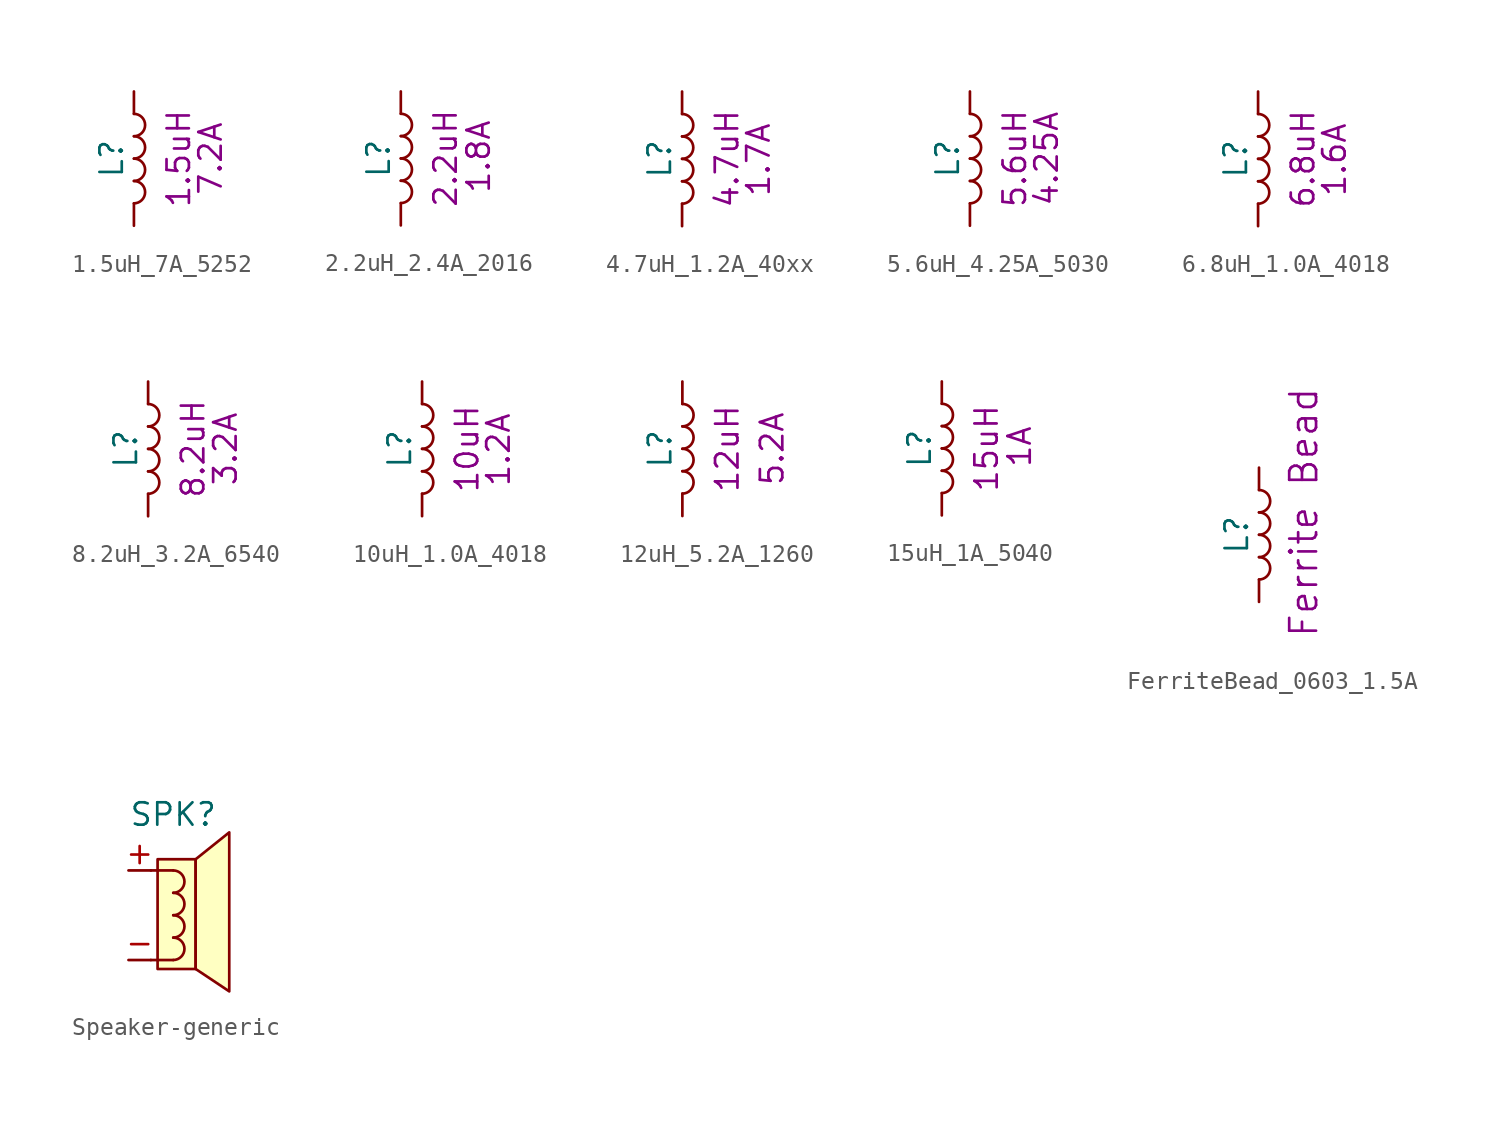
<source format=kicad_sym>
(kicad_symbol_lib
  (version 20211014)
  (generator kicad_symbol_editor)
  (symbol "1.5uH_7A_5252"
    (pin_numbers hide)
    (pin_names
      (offset 1.016) hide)
    (property "Reference" "L"
      (at -1.27 0 90)
      (effects (font (size 1.27 1.27))))
    (property "Display" "1.5uH"
      (at 2.54 0 90)
      (effects (font (size 1.27 1.27))))
    (property "Display 2" "7.2A"
      (at 4.343 0 90)
      (effects (font (size 1.27 1.27))))
    (symbol "1.5uH_7A_5252_0_1"
      (arc (start 0 -2.54) (mid 0.635 -1.905) (end 0 -1.27) (stroke (width 0) (type default) (color 0 0 0 0)) (fill (type none)))
      (arc (start 0 -1.27) (mid 0.635 -0.635) (end 0 0) (stroke (width 0) (type default) (color 0 0 0 0)) (fill (type none)))
      (arc (start 0 0) (mid 0.635 0.635) (end 0 1.27) (stroke (width 0) (type default) (color 0 0 0 0)) (fill (type none)))
      (arc (start 0 1.27) (mid 0.635 1.905) (end 0 2.54) (stroke (width 0) (type default) (color 0 0 0 0)) (fill (type none))))
    (symbol "1.5uH_7A_5252_1_1"
      (pin passive line (at 0 3.81 270) (length 1.27) (name "1" (effects (font (size 1.27 1.27)))) (number "1" (effects (font (size 1.27 1.27)))))
      (pin passive line (at 0 -3.81 90) (length 1.27) (name "2" (effects (font (size 1.27 1.27)))) (number "2" (effects (font (size 1.27 1.27)))))))
  (symbol "2.2uH_2.4A_2016"
    (pin_numbers hide)
    (pin_names
      (offset 1.016) hide)
    (property "Reference" "L"
      (at -1.27 0 90)
      (effects (font (size 1.27 1.27))))
    (property "Display" "2.2uH"
      (at 2.54 0 90)
      (effects (font (size 1.27 1.27))))
    (property "Display 2" "1.8A"
      (at 4.42 0.102 90)
      (effects (font (size 1.27 1.27))))
    (symbol "2.2uH_2.4A_2016_0_1"
      (arc (start 0 -2.54) (mid 0.635 -1.905) (end 0 -1.27) (stroke (width 0) (type default) (color 0 0 0 0)) (fill (type none)))
      (arc (start 0 -1.27) (mid 0.635 -0.635) (end 0 0) (stroke (width 0) (type default) (color 0 0 0 0)) (fill (type none)))
      (arc (start 0 0) (mid 0.635 0.635) (end 0 1.27) (stroke (width 0) (type default) (color 0 0 0 0)) (fill (type none)))
      (arc (start 0 1.27) (mid 0.635 1.905) (end 0 2.54) (stroke (width 0) (type default) (color 0 0 0 0)) (fill (type none))))
    (symbol "2.2uH_2.4A_2016_1_1"
      (pin passive line (at 0 3.81 270) (length 1.27) (name "1" (effects (font (size 1.27 1.27)))) (number "1" (effects (font (size 1.27 1.27)))))
      (pin passive line (at 0 -3.81 90) (length 1.27) (name "2" (effects (font (size 1.27 1.27)))) (number "2" (effects (font (size 1.27 1.27)))))))
  (symbol "4.7uH_1.2A_40xx"
    (pin_numbers hide)
    (pin_names
      (offset 1.016) hide)
    (property "Reference" "L"
      (at -1.27 0 90)
      (effects (font (size 1.27 1.27))))
    (property "Display" "4.7uH"
      (at 2.54 0 90)
      (effects (font (size 1.27 1.27))))
    (property "Display 2" "1.7A"
      (at 4.318 -0.051 90)
      (effects (font (size 1.27 1.27))))
    (symbol "4.7uH_1.2A_40xx_0_1"
      (arc (start 0 -2.54) (mid 0.635 -1.905) (end 0 -1.27) (stroke (width 0) (type default) (color 0 0 0 0)) (fill (type none)))
      (arc (start 0 -1.27) (mid 0.635 -0.635) (end 0 0) (stroke (width 0) (type default) (color 0 0 0 0)) (fill (type none)))
      (arc (start 0 0) (mid 0.635 0.635) (end 0 1.27) (stroke (width 0) (type default) (color 0 0 0 0)) (fill (type none)))
      (arc (start 0 1.27) (mid 0.635 1.905) (end 0 2.54) (stroke (width 0) (type default) (color 0 0 0 0)) (fill (type none))))
    (symbol "4.7uH_1.2A_40xx_1_1"
      (pin passive line (at 0 3.81 270) (length 1.27) (name "1" (effects (font (size 1.27 1.27)))) (number "1" (effects (font (size 1.27 1.27)))))
      (pin passive line (at 0 -3.81 90) (length 1.27) (name "2" (effects (font (size 1.27 1.27)))) (number "2" (effects (font (size 1.27 1.27)))))))
  (symbol "5.6uH_4.25A_5030"
    (pin_numbers hide)
    (pin_names
      (offset 1.016) hide)
    (property "Reference" "L"
      (at -1.27 0 90)
      (effects (font (size 1.27 1.27))))
    (property "Display" "5.6uH"
      (at 2.54 0 90)
      (effects (font (size 1.27 1.27))))
    (property "Display 2" "4.25A"
      (at 4.343 0 90)
      (effects (font (size 1.27 1.27))))
    (symbol "5.6uH_4.25A_5030_0_1"
      (arc (start 0 -2.54) (mid 0.635 -1.905) (end 0 -1.27) (stroke (width 0) (type default) (color 0 0 0 0)) (fill (type none)))
      (arc (start 0 -1.27) (mid 0.635 -0.635) (end 0 0) (stroke (width 0) (type default) (color 0 0 0 0)) (fill (type none)))
      (arc (start 0 0) (mid 0.635 0.635) (end 0 1.27) (stroke (width 0) (type default) (color 0 0 0 0)) (fill (type none)))
      (arc (start 0 1.27) (mid 0.635 1.905) (end 0 2.54) (stroke (width 0) (type default) (color 0 0 0 0)) (fill (type none))))
    (symbol "5.6uH_4.25A_5030_1_1"
      (pin passive line (at 0 3.81 270) (length 1.27) (name "1" (effects (font (size 1.27 1.27)))) (number "1" (effects (font (size 1.27 1.27)))))
      (pin passive line (at 0 -3.81 90) (length 1.27) (name "2" (effects (font (size 1.27 1.27)))) (number "2" (effects (font (size 1.27 1.27)))))))
  (symbol "6.8uH_1.0A_4018"
    (pin_numbers hide)
    (pin_names
      (offset 1.016) hide)
    (property "Reference" "L"
      (at -1.27 0 90)
      (effects (font (size 1.27 1.27))))
    (property "Display" "6.8uH"
      (at 2.54 0 90)
      (effects (font (size 1.27 1.27))))
    (property "Display 2" "1.6A"
      (at 4.318 -0.051 90)
      (effects (font (size 1.27 1.27))))
    (symbol "6.8uH_1.0A_4018_0_1"
      (arc (start 0 -2.54) (mid 0.635 -1.905) (end 0 -1.27) (stroke (width 0) (type default) (color 0 0 0 0)) (fill (type none)))
      (arc (start 0 -1.27) (mid 0.635 -0.635) (end 0 0) (stroke (width 0) (type default) (color 0 0 0 0)) (fill (type none)))
      (arc (start 0 0) (mid 0.635 0.635) (end 0 1.27) (stroke (width 0) (type default) (color 0 0 0 0)) (fill (type none)))
      (arc (start 0 1.27) (mid 0.635 1.905) (end 0 2.54) (stroke (width 0) (type default) (color 0 0 0 0)) (fill (type none))))
    (symbol "6.8uH_1.0A_4018_1_1"
      (pin passive line (at 0 3.81 270) (length 1.27) (name "1" (effects (font (size 1.27 1.27)))) (number "1" (effects (font (size 1.27 1.27)))))
      (pin passive line (at 0 -3.81 90) (length 1.27) (name "2" (effects (font (size 1.27 1.27)))) (number "2" (effects (font (size 1.27 1.27)))))))
  (symbol "8.2uH_3.2A_6540"
    (pin_numbers hide)
    (pin_names
      (offset 1.016) hide)
    (property "Reference" "L"
      (at -1.27 0 90)
      (effects (font (size 1.27 1.27))))
    (property "Display" "8.2uH"
      (at 2.54 0 90)
      (effects (font (size 1.27 1.27))))
    (property "Display 2" "3.2A"
      (at 4.369 0 90)
      (effects (font (size 1.27 1.27))))
    (symbol "8.2uH_3.2A_6540_0_1"
      (arc (start 0 -2.54) (mid 0.635 -1.905) (end 0 -1.27) (stroke (width 0) (type default) (color 0 0 0 0)) (fill (type none)))
      (arc (start 0 -1.27) (mid 0.635 -0.635) (end 0 0) (stroke (width 0) (type default) (color 0 0 0 0)) (fill (type none)))
      (arc (start 0 0) (mid 0.635 0.635) (end 0 1.27) (stroke (width 0) (type default) (color 0 0 0 0)) (fill (type none)))
      (arc (start 0 1.27) (mid 0.635 1.905) (end 0 2.54) (stroke (width 0) (type default) (color 0 0 0 0)) (fill (type none))))
    (symbol "8.2uH_3.2A_6540_1_1"
      (pin passive line (at 0 3.81 270) (length 1.27) (name "1" (effects (font (size 1.27 1.27)))) (number "1" (effects (font (size 1.27 1.27)))))
      (pin passive line (at 0 -3.81 90) (length 1.27) (name "2" (effects (font (size 1.27 1.27)))) (number "2" (effects (font (size 1.27 1.27)))))))
  (symbol "10uH_1.0A_4018"
    (pin_numbers hide)
    (pin_names
      (offset 1.016) hide)
    (property "Reference" "L"
      (at -1.27 0 90)
      (effects (font (size 1.27 1.27))))
    (property "Display" "10uH"
      (at 2.54 0 90)
      (effects (font (size 1.27 1.27))))
    (property "Display 2" "1.2A"
      (at 4.318 -0.051 90)
      (effects (font (size 1.27 1.27))))
    (symbol "10uH_1.0A_4018_0_1"
      (arc (start 0 -2.54) (mid 0.635 -1.905) (end 0 -1.27) (stroke (width 0) (type default) (color 0 0 0 0)) (fill (type none)))
      (arc (start 0 -1.27) (mid 0.635 -0.635) (end 0 0) (stroke (width 0) (type default) (color 0 0 0 0)) (fill (type none)))
      (arc (start 0 0) (mid 0.635 0.635) (end 0 1.27) (stroke (width 0) (type default) (color 0 0 0 0)) (fill (type none)))
      (arc (start 0 1.27) (mid 0.635 1.905) (end 0 2.54) (stroke (width 0) (type default) (color 0 0 0 0)) (fill (type none))))
    (symbol "10uH_1.0A_4018_1_1"
      (pin passive line (at 0 3.81 270) (length 1.27) (name "1" (effects (font (size 1.27 1.27)))) (number "1" (effects (font (size 1.27 1.27)))))
      (pin passive line (at 0 -3.81 90) (length 1.27) (name "2" (effects (font (size 1.27 1.27)))) (number "2" (effects (font (size 1.27 1.27)))))))
  (symbol "12uH_5.2A_1260"
    (pin_numbers hide)
    (pin_names
      (offset 1.016) hide)
    (property "Reference" "L"
      (at -1.27 0 90)
      (effects (font (size 1.27 1.27))))
    (property "Display" "12uH"
      (at 2.54 0 90)
      (effects (font (size 1.27 1.27))))
    (property "Display 2" "5.2A"
      (at 5.08 0 90)
      (effects (font (size 1.27 1.27))))
    (symbol "12uH_5.2A_1260_0_1"
      (arc (start 0 -2.54) (mid 0.635 -1.905) (end 0 -1.27) (stroke (width 0) (type default) (color 0 0 0 0)) (fill (type none)))
      (arc (start 0 -1.27) (mid 0.635 -0.635) (end 0 0) (stroke (width 0) (type default) (color 0 0 0 0)) (fill (type none)))
      (arc (start 0 0) (mid 0.635 0.635) (end 0 1.27) (stroke (width 0) (type default) (color 0 0 0 0)) (fill (type none)))
      (arc (start 0 1.27) (mid 0.635 1.905) (end 0 2.54) (stroke (width 0) (type default) (color 0 0 0 0)) (fill (type none))))
    (symbol "12uH_5.2A_1260_1_1"
      (pin passive line (at 0 3.81 270) (length 1.27) (name "1" (effects (font (size 1.27 1.27)))) (number "1" (effects (font (size 1.27 1.27)))))
      (pin passive line (at 0 -3.81 90) (length 1.27) (name "2" (effects (font (size 1.27 1.27)))) (number "2" (effects (font (size 1.27 1.27)))))))
  (symbol "15uH_1A_5040"
    (pin_numbers hide)
    (pin_names
      (offset 1.016) hide)
    (property "Reference" "L"
      (at -1.27 0 90)
      (effects (font (size 1.27 1.27))))
    (property "Display" "15uH"
      (at 2.54 0 90)
      (effects (font (size 1.27 1.27))))
    (property "Display 2" "1A"
      (at 4.42 0.102 90)
      (effects (font (size 1.27 1.27))))
    (symbol "15uH_1A_5040_0_1"
      (arc (start 0 -2.54) (mid 0.635 -1.905) (end 0 -1.27) (stroke (width 0) (type default) (color 0 0 0 0)) (fill (type none)))
      (arc (start 0 -1.27) (mid 0.635 -0.635) (end 0 0) (stroke (width 0) (type default) (color 0 0 0 0)) (fill (type none)))
      (arc (start 0 0) (mid 0.635 0.635) (end 0 1.27) (stroke (width 0) (type default) (color 0 0 0 0)) (fill (type none)))
      (arc (start 0 1.27) (mid 0.635 1.905) (end 0 2.54) (stroke (width 0) (type default) (color 0 0 0 0)) (fill (type none))))
    (symbol "15uH_1A_5040_1_1"
      (pin passive line (at 0 3.81 270) (length 1.27) (name "1" (effects (font (size 1.27 1.27)))) (number "1" (effects (font (size 1.27 1.27)))))
      (pin passive line (at 0 -3.81 90) (length 1.27) (name "2" (effects (font (size 1.27 1.27)))) (number "2" (effects (font (size 1.27 1.27)))))))
  (symbol "FerriteBead_0603_1.5A"
    (pin_numbers hide)
    (pin_names
      (offset 1.016) hide)
    (property "Reference" "L"
      (at -1.27 0 90)
      (effects (font (size 1.27 1.27))))
    (property "Display" "Ferrite Bead"
      (at 2.54 1.27 90)
      (effects (font (size 1.524 1.524))))
    (symbol "FerriteBead_0603_1.5A_0_1"
      (arc (start 0 -2.54) (mid 0.635 -1.905) (end 0 -1.27) (stroke (width 0) (type default) (color 0 0 0 0)) (fill (type none)))
      (arc (start 0 -1.27) (mid 0.635 -0.635) (end 0 0) (stroke (width 0) (type default) (color 0 0 0 0)) (fill (type none)))
      (arc (start 0 0) (mid 0.635 0.635) (end 0 1.27) (stroke (width 0) (type default) (color 0 0 0 0)) (fill (type none)))
      (arc (start 0 1.27) (mid 0.635 1.905) (end 0 2.54) (stroke (width 0) (type default) (color 0 0 0 0)) (fill (type none))))
    (symbol "FerriteBead_0603_1.5A_1_1"
      (pin passive line (at 0 3.81 270) (length 1.27) (name "1" (effects (font (size 1.27 1.27)))) (number "1" (effects (font (size 1.27 1.27)))))
      (pin passive line (at 0 -3.81 90) (length 1.27) (name "2" (effects (font (size 1.27 1.27)))) (number "2" (effects (font (size 1.27 1.27)))))))
  (symbol "Speaker-generic"
    (pin_names
      (offset 1.016) hide)
    (property "Reference" "SPK"
      (at 0 5.715 0)
      (effects (font (size 1.27 1.27))))
    (symbol "Speaker-generic_0_1"
      (rectangle (start -0.889 3.175) (end 1.27 -3.048) (stroke (width 0) (type default) (color 0 0 0 0)) (fill (type background)))
      (arc (start 0 -2.54) (mid 0.635 -1.905) (end 0 -1.27) (stroke (width 0) (type default) (color 0 0 0 0)) (fill (type none)))
      (arc (start 0 -1.27) (mid 0.635 -0.635) (end 0 0) (stroke (width 0) (type default) (color 0 0 0 0)) (fill (type none)))
      (polyline (pts (xy 0 -2.54) (xy -1.27 -2.54)) (stroke (width 0) (type default) (color 0 0 0 0)) (fill (type none)))
      (polyline (pts (xy 1.27 3.175) (xy 3.175 4.699) (xy 3.175 -4.318) (xy 1.27 -3.048) (xy 1.27 3.175)) (stroke (width 0) (type default) (color 0 0 0 0)) (fill (type background)))
      (arc (start 0 0) (mid 0.635 0.635) (end 0 1.27) (stroke (width 0) (type default) (color 0 0 0 0)) (fill (type none)))
      (arc (start 0 1.27) (mid 0.635 1.905) (end 0 2.54) (stroke (width 0) (type default) (color 0 0 0 0)) (fill (type none))))
    (symbol "Speaker-generic_1_1"
      (polyline (pts (xy 0 2.54) (xy -1.27 2.54)) (stroke (width 0) (type default) (color 0 0 0 0)) (fill (type none)))
      (pin passive line (at -2.54 2.54 0) (length 1.27) (name "+" (effects (font (size 1.27 1.27)))) (number "+" (effects (font (size 1.27 1.27)))))
      (pin passive line (at -2.54 -2.54 0) (length 1.27) (name "-" (effects (font (size 1.27 1.27)))) (number "-" (effects (font (size 1.27 1.27))))))))
</source>
